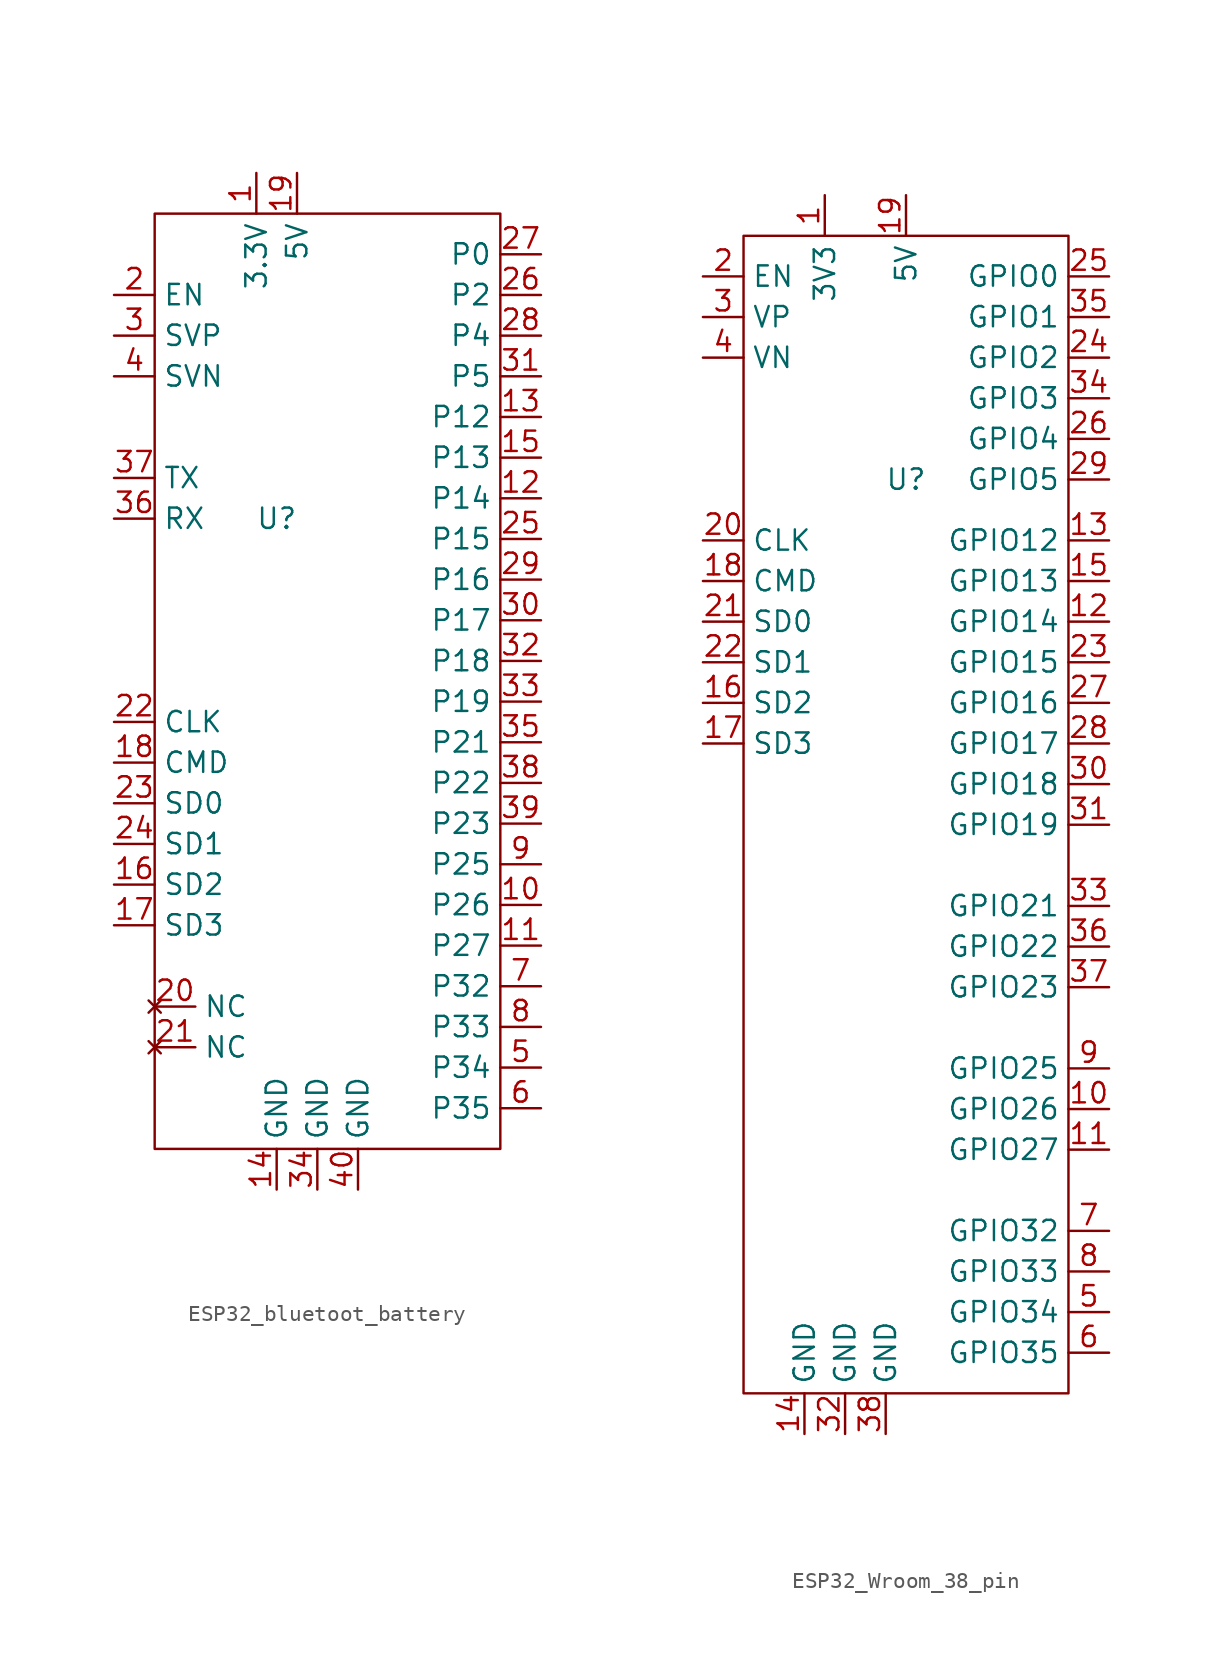
<source format=kicad_sym>
(kicad_symbol_lib
  (version 20220914)
  (generator kicad_symbol_editor)
  (symbol "ESP32_bluetoot_battery"
    (property "Reference" "U"
      (at 2.54 -5.08 0)
      (effects (font (size 1.27 1.27))))
    (property "Value" ""
      (at 0 0 0)
      (effects (font (size 1.27 1.27))))
    (symbol "ESP32_bluetoot_battery_0_1"
      (rectangle (start -5.08 13.97) (end 16.51 -44.45) (stroke (width 0) (type default)) (fill (type none))))
    (symbol "ESP32_bluetoot_battery_1_1"
      (pin power_in line (at 1.27 16.51 270) (length 2.54) (name "3.3V" (effects (font (size 1.27 1.27)))) (number "1" (effects (font (size 1.27 1.27)))))
      (pin bidirectional line (at 19.05 -29.21 180) (length 2.54) (name "P26" (effects (font (size 1.27 1.27)))) (number "10" (effects (font (size 1.27 1.27)))))
      (pin bidirectional line (at 19.05 -31.75 180) (length 2.54) (name "P27" (effects (font (size 1.27 1.27)))) (number "11" (effects (font (size 1.27 1.27)))))
      (pin bidirectional line (at 19.05 -3.81 180) (length 2.54) (name "P14" (effects (font (size 1.27 1.27)))) (number "12" (effects (font (size 1.27 1.27)))))
      (pin bidirectional line (at 19.05 1.27 180) (length 2.54) (name "P12" (effects (font (size 1.27 1.27)))) (number "13" (effects (font (size 1.27 1.27)))))
      (pin power_in line (at 2.54 -46.99 90) (length 2.54) (name "GND" (effects (font (size 1.27 1.27)))) (number "14" (effects (font (size 1.27 1.27)))))
      (pin bidirectional line (at 19.05 -1.27 180) (length 2.54) (name "P13" (effects (font (size 1.27 1.27)))) (number "15" (effects (font (size 1.27 1.27)))))
      (pin bidirectional line (at -7.62 -27.94 0) (length 2.54) (name "SD2" (effects (font (size 1.27 1.27)))) (number "16" (effects (font (size 1.27 1.27)))))
      (pin bidirectional line (at -7.62 -30.48 0) (length 2.54) (name "SD3" (effects (font (size 1.27 1.27)))) (number "17" (effects (font (size 1.27 1.27)))))
      (pin bidirectional line (at -7.62 -20.32 0) (length 2.54) (name "CMD" (effects (font (size 1.27 1.27)))) (number "18" (effects (font (size 1.27 1.27)))))
      (pin power_in line (at 3.81 16.51 270) (length 2.54) (name "5V" (effects (font (size 1.27 1.27)))) (number "19" (effects (font (size 1.27 1.27)))))
      (pin bidirectional line (at -7.62 8.89 0) (length 2.54) (name "EN" (effects (font (size 1.27 1.27)))) (number "2" (effects (font (size 1.27 1.27)))))
      (pin no_connect line (at -5.08 -35.56 0) (length 2.54) (name "NC" (effects (font (size 1.27 1.27)))) (number "20" (effects (font (size 1.27 1.27)))))
      (pin no_connect line (at -5.08 -38.1 0) (length 2.54) (name "NC" (effects (font (size 1.27 1.27)))) (number "21" (effects (font (size 1.27 1.27)))))
      (pin bidirectional line (at -7.62 -17.78 0) (length 2.54) (name "CLK" (effects (font (size 1.27 1.27)))) (number "22" (effects (font (size 1.27 1.27)))))
      (pin bidirectional line (at -7.62 -22.86 0) (length 2.54) (name "SD0" (effects (font (size 1.27 1.27)))) (number "23" (effects (font (size 1.27 1.27)))))
      (pin bidirectional line (at -7.62 -25.4 0) (length 2.54) (name "SD1" (effects (font (size 1.27 1.27)))) (number "24" (effects (font (size 1.27 1.27)))))
      (pin bidirectional line (at 19.05 -6.35 180) (length 2.54) (name "P15" (effects (font (size 1.27 1.27)))) (number "25" (effects (font (size 1.27 1.27)))))
      (pin bidirectional line (at 19.05 8.89 180) (length 2.54) (name "P2" (effects (font (size 1.27 1.27)))) (number "26" (effects (font (size 1.27 1.27)))))
      (pin bidirectional line (at 19.05 11.43 180) (length 2.54) (name "P0" (effects (font (size 1.27 1.27)))) (number "27" (effects (font (size 1.27 1.27)))))
      (pin bidirectional line (at 19.05 6.35 180) (length 2.54) (name "P4" (effects (font (size 1.27 1.27)))) (number "28" (effects (font (size 1.27 1.27)))))
      (pin bidirectional line (at 19.05 -8.89 180) (length 2.54) (name "P16" (effects (font (size 1.27 1.27)))) (number "29" (effects (font (size 1.27 1.27)))))
      (pin bidirectional line (at -7.62 6.35 0) (length 2.54) (name "SVP" (effects (font (size 1.27 1.27)))) (number "3" (effects (font (size 1.27 1.27)))))
      (pin bidirectional line (at 19.05 -11.43 180) (length 2.54) (name "P17" (effects (font (size 1.27 1.27)))) (number "30" (effects (font (size 1.27 1.27)))))
      (pin bidirectional line (at 19.05 3.81 180) (length 2.54) (name "P5" (effects (font (size 1.27 1.27)))) (number "31" (effects (font (size 1.27 1.27)))))
      (pin bidirectional line (at 19.05 -13.97 180) (length 2.54) (name "P18" (effects (font (size 1.27 1.27)))) (number "32" (effects (font (size 1.27 1.27)))))
      (pin bidirectional line (at 19.05 -16.51 180) (length 2.54) (name "P19" (effects (font (size 1.27 1.27)))) (number "33" (effects (font (size 1.27 1.27)))))
      (pin power_in line (at 5.08 -46.99 90) (length 2.54) (name "GND" (effects (font (size 1.27 1.27)))) (number "34" (effects (font (size 1.27 1.27)))))
      (pin bidirectional line (at 19.05 -19.05 180) (length 2.54) (name "P21" (effects (font (size 1.27 1.27)))) (number "35" (effects (font (size 1.27 1.27)))))
      (pin bidirectional line (at -7.62 -5.08 0) (length 2.54) (name "RX" (effects (font (size 1.27 1.27)))) (number "36" (effects (font (size 1.27 1.27)))))
      (pin bidirectional line (at -7.62 -2.54 0) (length 2.54) (name "TX" (effects (font (size 1.27 1.27)))) (number "37" (effects (font (size 1.27 1.27)))))
      (pin bidirectional line (at 19.05 -21.59 180) (length 2.54) (name "P22" (effects (font (size 1.27 1.27)))) (number "38" (effects (font (size 1.27 1.27)))))
      (pin bidirectional line (at 19.05 -24.13 180) (length 2.54) (name "P23" (effects (font (size 1.27 1.27)))) (number "39" (effects (font (size 1.27 1.27)))))
      (pin bidirectional line (at -7.62 3.81 0) (length 2.54) (name "SVN" (effects (font (size 1.27 1.27)))) (number "4" (effects (font (size 1.27 1.27)))))
      (pin power_in line (at 7.62 -46.99 90) (length 2.54) (name "GND" (effects (font (size 1.27 1.27)))) (number "40" (effects (font (size 1.27 1.27)))))
      (pin bidirectional line (at 19.05 -39.37 180) (length 2.54) (name "P34" (effects (font (size 1.27 1.27)))) (number "5" (effects (font (size 1.27 1.27)))))
      (pin bidirectional line (at 19.05 -41.91 180) (length 2.54) (name "P35" (effects (font (size 1.27 1.27)))) (number "6" (effects (font (size 1.27 1.27)))))
      (pin bidirectional line (at 19.05 -34.29 180) (length 2.54) (name "P32" (effects (font (size 1.27 1.27)))) (number "7" (effects (font (size 1.27 1.27)))))
      (pin bidirectional line (at 19.05 -36.83 180) (length 2.54) (name "P33" (effects (font (size 1.27 1.27)))) (number "8" (effects (font (size 1.27 1.27)))))
      (pin bidirectional line (at 19.05 -26.67 180) (length 2.54) (name "P25" (effects (font (size 1.27 1.27)))) (number "9" (effects (font (size 1.27 1.27)))))))
  (symbol "ESP32_Wroom_38_pin"
    (property "Reference" "U"
      (at 0 0 0)
      (effects (font (size 1.27 1.27))))
    (property "Value" ""
      (at 0 0 0)
      (effects (font (size 1.27 1.27))))
    (symbol "ESP32_Wroom_38_pin_0_1"
      (rectangle (start -10.16 15.24) (end 10.16 -57.15) (stroke (width 0) (type default)) (fill (type none))))
    (symbol "ESP32_Wroom_38_pin_1_1"
      (pin power_in line (at -5.08 17.78 270) (length 2.54) (name "3V3" (effects (font (size 1.27 1.27)))) (number "1" (effects (font (size 1.27 1.27)))))
      (pin bidirectional line (at 12.7 -39.37 180) (length 2.54) (name "GPIO26" (effects (font (size 1.27 1.27)))) (number "10" (effects (font (size 1.27 1.27)))))
      (pin bidirectional line (at 12.7 -41.91 180) (length 2.54) (name "GPIO27" (effects (font (size 1.27 1.27)))) (number "11" (effects (font (size 1.27 1.27)))))
      (pin bidirectional line (at 12.7 -8.89 180) (length 2.54) (name "GPIO14" (effects (font (size 1.27 1.27)))) (number "12" (effects (font (size 1.27 1.27)))))
      (pin bidirectional line (at 12.7 -3.81 180) (length 2.54) (name "GPIO12" (effects (font (size 1.27 1.27)))) (number "13" (effects (font (size 1.27 1.27)))))
      (pin power_in line (at -6.35 -59.69 90) (length 2.54) (name "GND" (effects (font (size 1.27 1.27)))) (number "14" (effects (font (size 1.27 1.27)))))
      (pin bidirectional line (at 12.7 -6.35 180) (length 2.54) (name "GPIO13" (effects (font (size 1.27 1.27)))) (number "15" (effects (font (size 1.27 1.27)))))
      (pin bidirectional line (at -12.7 -13.97 0) (length 2.54) (name "SD2" (effects (font (size 1.27 1.27)))) (number "16" (effects (font (size 1.27 1.27)))))
      (pin bidirectional line (at -12.7 -16.51 0) (length 2.54) (name "SD3" (effects (font (size 1.27 1.27)))) (number "17" (effects (font (size 1.27 1.27)))))
      (pin bidirectional line (at -12.7 -6.35 0) (length 2.54) (name "CMD" (effects (font (size 1.27 1.27)))) (number "18" (effects (font (size 1.27 1.27)))))
      (pin power_in line (at 0 17.78 270) (length 2.54) (name "5V" (effects (font (size 1.27 1.27)))) (number "19" (effects (font (size 1.27 1.27)))))
      (pin bidirectional line (at -12.7 12.7 0) (length 2.54) (name "EN" (effects (font (size 1.27 1.27)))) (number "2" (effects (font (size 1.27 1.27)))))
      (pin bidirectional line (at -12.7 -3.81 0) (length 2.54) (name "CLK" (effects (font (size 1.27 1.27)))) (number "20" (effects (font (size 1.27 1.27)))))
      (pin bidirectional line (at -12.7 -8.89 0) (length 2.54) (name "SD0" (effects (font (size 1.27 1.27)))) (number "21" (effects (font (size 1.27 1.27)))))
      (pin bidirectional line (at -12.7 -11.43 0) (length 2.54) (name "SD1" (effects (font (size 1.27 1.27)))) (number "22" (effects (font (size 1.27 1.27)))))
      (pin bidirectional line (at 12.7 -11.43 180) (length 2.54) (name "GPIO15" (effects (font (size 1.27 1.27)))) (number "23" (effects (font (size 1.27 1.27)))))
      (pin bidirectional line (at 12.7 7.62 180) (length 2.54) (name "GPIO2" (effects (font (size 1.27 1.27)))) (number "24" (effects (font (size 1.27 1.27)))))
      (pin bidirectional line (at 12.7 12.7 180) (length 2.54) (name "GPIO0" (effects (font (size 1.27 1.27)))) (number "25" (effects (font (size 1.27 1.27)))))
      (pin bidirectional line (at 12.7 2.54 180) (length 2.54) (name "GPIO4" (effects (font (size 1.27 1.27)))) (number "26" (effects (font (size 1.27 1.27)))))
      (pin bidirectional line (at 12.7 -13.97 180) (length 2.54) (name "GPIO16" (effects (font (size 1.27 1.27)))) (number "27" (effects (font (size 1.27 1.27)))))
      (pin bidirectional line (at 12.7 -16.51 180) (length 2.54) (name "GPIO17" (effects (font (size 1.27 1.27)))) (number "28" (effects (font (size 1.27 1.27)))))
      (pin bidirectional line (at 12.7 0 180) (length 2.54) (name "GPIO5" (effects (font (size 1.27 1.27)))) (number "29" (effects (font (size 1.27 1.27)))))
      (pin bidirectional line (at -12.7 10.16 0) (length 2.54) (name "VP" (effects (font (size 1.27 1.27)))) (number "3" (effects (font (size 1.27 1.27)))))
      (pin bidirectional line (at 12.7 -19.05 180) (length 2.54) (name "GPIO18" (effects (font (size 1.27 1.27)))) (number "30" (effects (font (size 1.27 1.27)))))
      (pin bidirectional line (at 12.7 -21.59 180) (length 2.54) (name "GPIO19" (effects (font (size 1.27 1.27)))) (number "31" (effects (font (size 1.27 1.27)))))
      (pin power_in line (at -3.81 -59.69 90) (length 2.54) (name "GND" (effects (font (size 1.27 1.27)))) (number "32" (effects (font (size 1.27 1.27)))))
      (pin bidirectional line (at 12.7 -26.67 180) (length 2.54) (name "GPIO21" (effects (font (size 1.27 1.27)))) (number "33" (effects (font (size 1.27 1.27)))))
      (pin bidirectional line (at 12.7 5.08 180) (length 2.54) (name "GPIO3" (effects (font (size 1.27 1.27)))) (number "34" (effects (font (size 1.27 1.27)))))
      (pin bidirectional line (at 12.7 10.16 180) (length 2.54) (name "GPIO1" (effects (font (size 1.27 1.27)))) (number "35" (effects (font (size 1.27 1.27)))))
      (pin bidirectional line (at 12.7 -29.21 180) (length 2.54) (name "GPIO22" (effects (font (size 1.27 1.27)))) (number "36" (effects (font (size 1.27 1.27)))))
      (pin bidirectional line (at 12.7 -31.75 180) (length 2.54) (name "GPIO23" (effects (font (size 1.27 1.27)))) (number "37" (effects (font (size 1.27 1.27)))))
      (pin power_in line (at -1.27 -59.69 90) (length 2.54) (name "GND" (effects (font (size 1.27 1.27)))) (number "38" (effects (font (size 1.27 1.27)))))
      (pin bidirectional line (at -12.7 7.62 0) (length 2.54) (name "VN" (effects (font (size 1.27 1.27)))) (number "4" (effects (font (size 1.27 1.27)))))
      (pin bidirectional line (at 12.7 -52.07 180) (length 2.54) (name "GPIO34" (effects (font (size 1.27 1.27)))) (number "5" (effects (font (size 1.27 1.27)))))
      (pin bidirectional line (at 12.7 -54.61 180) (length 2.54) (name "GPIO35" (effects (font (size 1.27 1.27)))) (number "6" (effects (font (size 1.27 1.27)))))
      (pin bidirectional line (at 12.7 -46.99 180) (length 2.54) (name "GPIO32" (effects (font (size 1.27 1.27)))) (number "7" (effects (font (size 1.27 1.27)))))
      (pin bidirectional line (at 12.7 -49.53 180) (length 2.54) (name "GPIO33" (effects (font (size 1.27 1.27)))) (number "8" (effects (font (size 1.27 1.27)))))
      (pin bidirectional line (at 12.7 -36.83 180) (length 2.54) (name "GPIO25" (effects (font (size 1.27 1.27)))) (number "9" (effects (font (size 1.27 1.27))))))))
</source>
